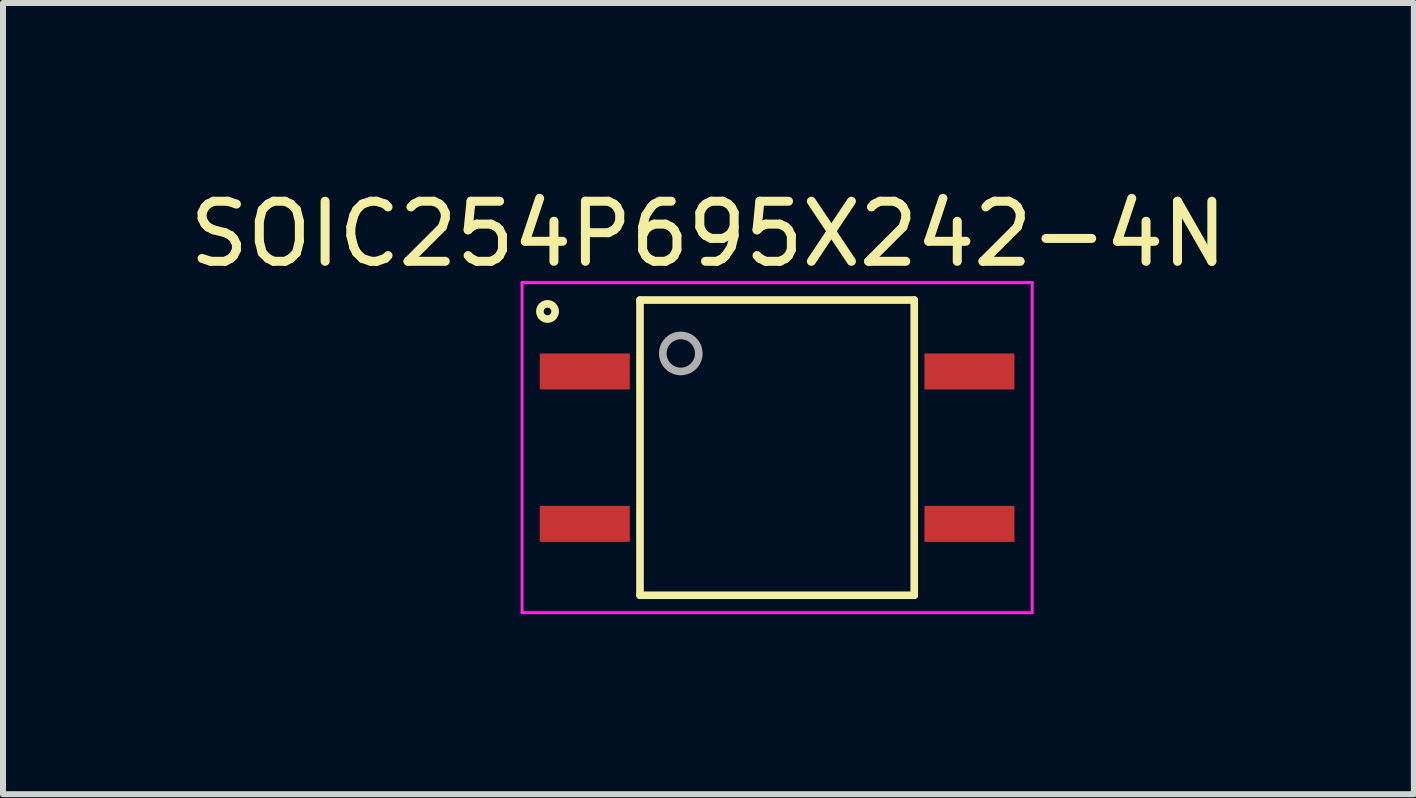
<source format=kicad_pcb>
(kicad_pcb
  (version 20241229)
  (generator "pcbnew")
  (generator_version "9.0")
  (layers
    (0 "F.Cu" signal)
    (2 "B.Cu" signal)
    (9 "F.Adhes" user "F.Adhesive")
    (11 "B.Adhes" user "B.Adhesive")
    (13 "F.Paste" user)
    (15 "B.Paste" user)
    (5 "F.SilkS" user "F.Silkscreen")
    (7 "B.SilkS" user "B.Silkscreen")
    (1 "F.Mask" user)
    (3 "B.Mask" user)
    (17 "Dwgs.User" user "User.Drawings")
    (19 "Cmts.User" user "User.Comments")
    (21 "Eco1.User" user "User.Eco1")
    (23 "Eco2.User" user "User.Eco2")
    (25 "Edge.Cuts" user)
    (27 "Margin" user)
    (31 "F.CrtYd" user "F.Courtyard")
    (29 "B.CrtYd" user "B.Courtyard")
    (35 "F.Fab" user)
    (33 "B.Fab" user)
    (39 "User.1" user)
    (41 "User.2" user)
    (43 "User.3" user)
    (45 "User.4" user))
  (footprint "SOIC254P695X242-4N"
    (layer "F.Cu")
    (at 9.9 4.41)
    (property "Reference" "SOIC254P695X242-4N" (at -1.145 -3.561 0) (layer "F.SilkS") (effects (font (size 1.001 1.001) (thickness 0.15))))
    (attr smd)
    (fp_line (start -2.285 -2.46) (end 2.285 -2.46) (stroke (width 0.127) (type solid)) (layer "F.SilkS"))
    (fp_line (start -2.285 2.46) (end -2.285 -2.46) (stroke (width 0.127) (type solid)) (layer "F.SilkS"))
    (fp_line (start 2.285 -2.46) (end 2.285 2.46) (stroke (width 0.127) (type solid)) (layer "F.SilkS"))
    (fp_line (start 2.285 2.46) (end -2.285 2.46) (stroke (width 0.127) (type solid)) (layer "F.SilkS"))
    (fp_circle (center -3.826 -2.27) (end -3.699 -2.27) (stroke (width 0.127) (type solid)) (fill no) (layer "F.SilkS"))
    (fp_line (start -4.25 -2.75) (end 4.25 -2.75) (stroke (width 0.05) (type solid)) (layer "F.CrtYd"))
    (fp_line (start -4.25 2.75) (end -4.25 -2.75) (stroke (width 0.05) (type solid)) (layer "F.CrtYd"))
    (fp_line (start 4.25 -2.75) (end 4.25 2.75) (stroke (width 0.05) (type solid)) (layer "F.CrtYd"))
    (fp_line (start 4.25 2.75) (end -4.25 2.75) (stroke (width 0.05) (type solid)) (layer "F.CrtYd"))
    (fp_circle (center -1.605 -1.57) (end -1.305 -1.57) (stroke (width 0.127) (type solid)) (fill no) (layer "F.Fab"))
    (pad "1" smd rect (at -3.205 -1.27) (size 1.5 0.6) (layers "F.Cu" "F.Mask" "F.Paste"))
    (pad "2" smd rect (at -3.205 1.27) (size 1.5 0.6) (layers "F.Cu" "F.Mask" "F.Paste"))
    (pad "3" smd rect (at 3.205 1.27) (size 1.5 0.6) (layers "F.Cu" "F.Mask" "F.Paste"))
    (pad "4" smd rect (at 3.205 -1.27) (size 1.5 0.6) (layers "F.Cu" "F.Mask" "F.Paste")))
  (gr_rect
    (start -3 -3)
    (end 20.511 10.185)
    (stroke (width 0.1) (type default))
    (fill no)
    (layer "Edge.Cuts")))
</source>
